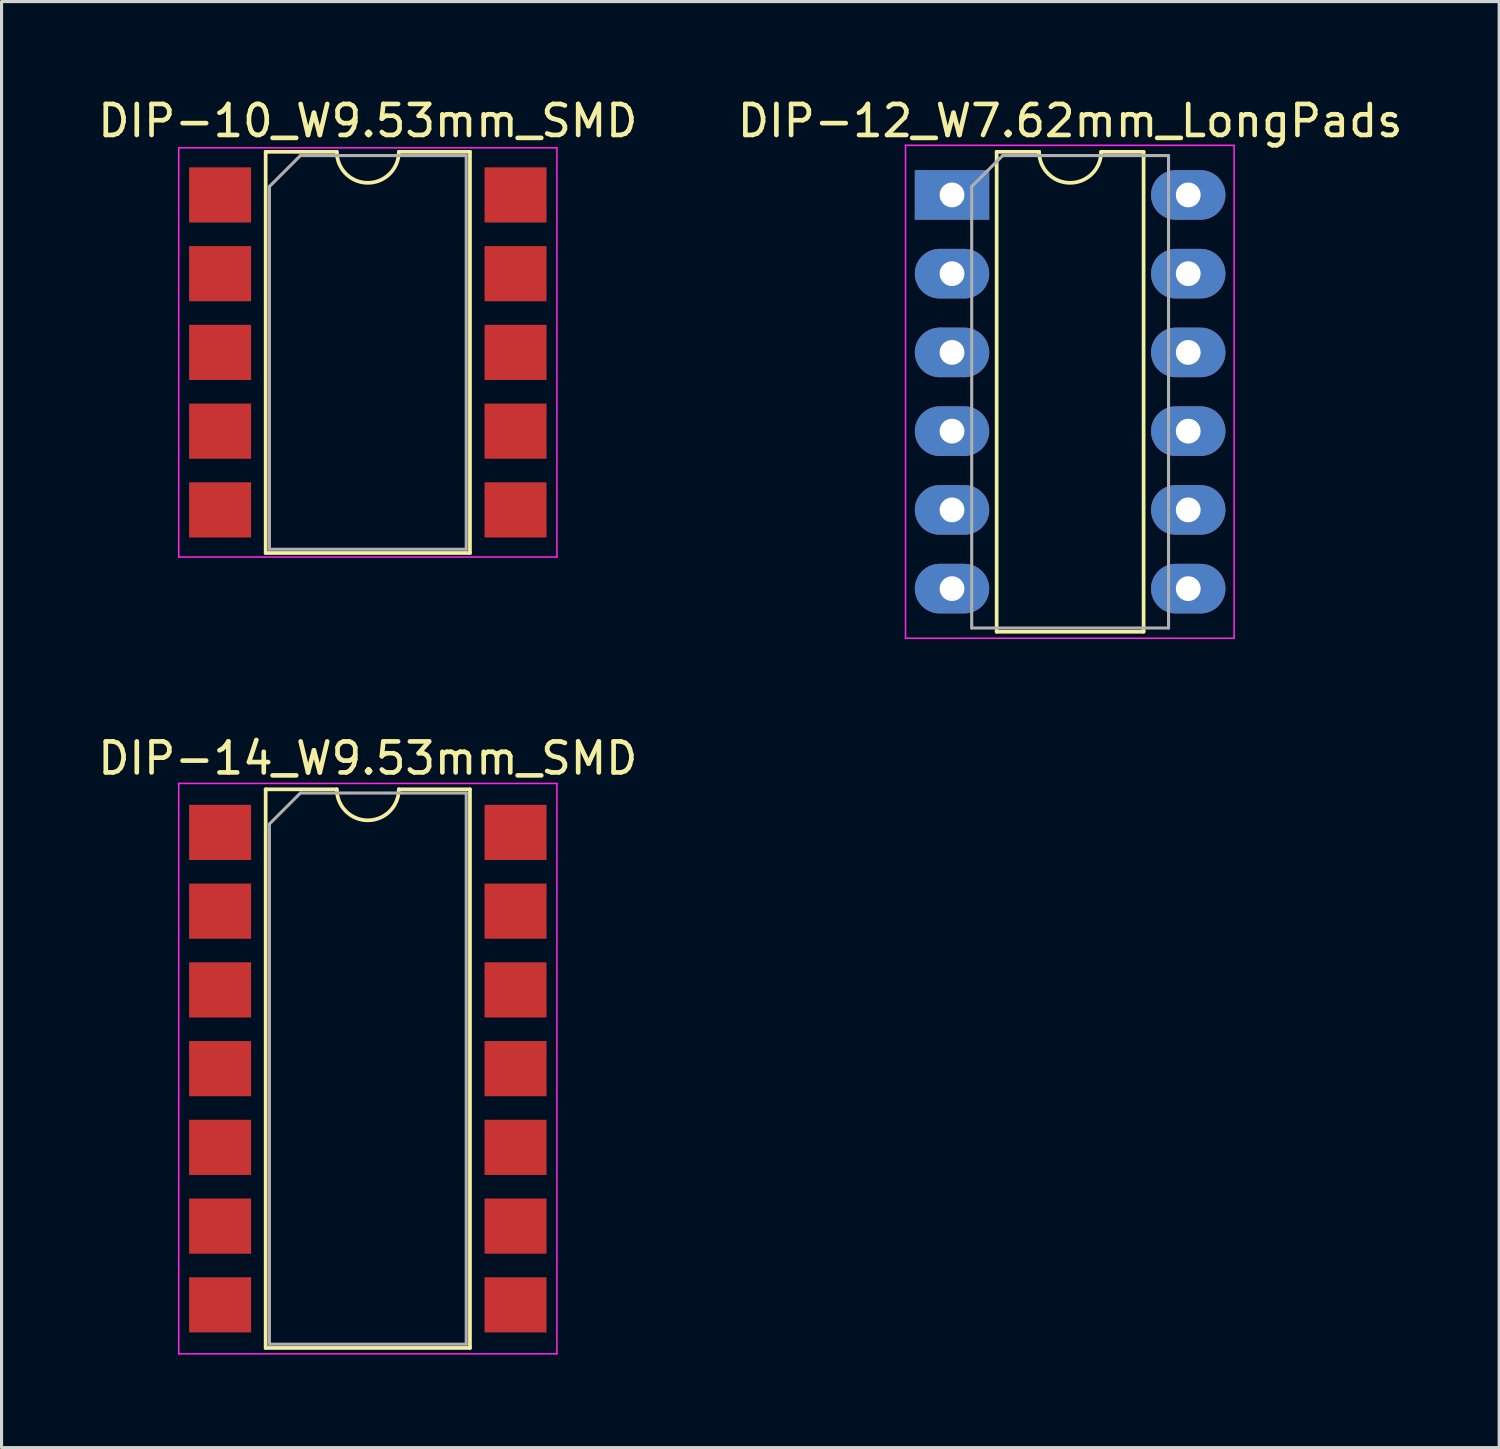
<source format=kicad_pcb>
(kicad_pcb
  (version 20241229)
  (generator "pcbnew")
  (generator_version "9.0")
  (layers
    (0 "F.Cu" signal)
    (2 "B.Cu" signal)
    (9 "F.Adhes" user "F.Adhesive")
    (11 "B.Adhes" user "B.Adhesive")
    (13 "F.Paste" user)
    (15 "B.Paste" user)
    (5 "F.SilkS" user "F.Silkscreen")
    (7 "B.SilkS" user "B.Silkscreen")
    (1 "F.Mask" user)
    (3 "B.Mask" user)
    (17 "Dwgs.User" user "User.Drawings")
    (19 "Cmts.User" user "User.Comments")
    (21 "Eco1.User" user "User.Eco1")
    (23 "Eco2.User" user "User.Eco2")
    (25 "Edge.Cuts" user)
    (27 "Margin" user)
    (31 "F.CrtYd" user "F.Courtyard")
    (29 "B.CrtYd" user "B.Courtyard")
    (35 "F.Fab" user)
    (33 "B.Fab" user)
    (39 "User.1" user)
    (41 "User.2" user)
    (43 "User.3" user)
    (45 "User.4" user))
  (footprint "DIP-14_W9.53mm_SMD"
    (layer "F.Cu")
    (at 8.815 31.422)
    (property "Reference" "DIP-14_W9.53mm_SMD" (at 0 -10.01 0) (layer "F.SilkS") (effects (font (size 1 1) (thickness 0.15))))
    (attr smd)
    (fp_line (start -3.295 -9.01) (end -3.295 9.01) (stroke (width 0.12) (type solid)) (layer "F.SilkS"))
    (fp_line (start -3.295 9.01) (end 3.295 9.01) (stroke (width 0.12) (type solid)) (layer "F.SilkS"))
    (fp_line (start -1 -9.01) (end -3.295 -9.01) (stroke (width 0.12) (type solid)) (layer "F.SilkS"))
    (fp_line (start 3.295 -9.01) (end 1 -9.01) (stroke (width 0.12) (type solid)) (layer "F.SilkS"))
    (fp_line (start 3.295 9.01) (end 3.295 -9.01) (stroke (width 0.12) (type solid)) (layer "F.SilkS"))
    (fp_arc (start 1 -9.01) (mid 0 -8.01) (end -1 -9.01) (stroke (width 0.12) (type solid)) (layer "F.SilkS"))
    (fp_line (start -6.1 -9.2) (end -6.1 9.2) (stroke (width 0.05) (type solid)) (layer "F.CrtYd"))
    (fp_line (start -6.1 9.2) (end 6.1 9.2) (stroke (width 0.05) (type solid)) (layer "F.CrtYd"))
    (fp_line (start 6.1 -9.2) (end -6.1 -9.2) (stroke (width 0.05) (type solid)) (layer "F.CrtYd"))
    (fp_line (start 6.1 9.2) (end 6.1 -9.2) (stroke (width 0.05) (type solid)) (layer "F.CrtYd"))
    (fp_line (start -3.175 -7.89) (end -2.175 -8.89) (stroke (width 0.1) (type solid)) (layer "F.Fab"))
    (fp_line (start -3.175 8.89) (end -3.175 -7.89) (stroke (width 0.1) (type solid)) (layer "F.Fab"))
    (fp_line (start -2.175 -8.89) (end 3.175 -8.89) (stroke (width 0.1) (type solid)) (layer "F.Fab"))
    (fp_line (start 3.175 -8.89) (end 3.175 8.89) (stroke (width 0.1) (type solid)) (layer "F.Fab"))
    (fp_line (start 3.175 8.89) (end -3.175 8.89) (stroke (width 0.1) (type solid)) (layer "F.Fab"))
    (pad "1" smd rect (at -4.765 -7.62) (size 2 1.78) (layers "F.Cu" "F.Mask"))
    (pad "2" smd rect (at -4.765 -5.08) (size 2 1.78) (layers "F.Cu" "F.Mask"))
    (pad "3" smd rect (at -4.765 -2.54) (size 2 1.78) (layers "F.Cu" "F.Mask"))
    (pad "4" smd rect (at -4.765 0) (size 2 1.78) (layers "F.Cu" "F.Mask"))
    (pad "5" smd rect (at -4.765 2.54) (size 2 1.78) (layers "F.Cu" "F.Mask"))
    (pad "6" smd rect (at -4.765 5.08) (size 2 1.78) (layers "F.Cu" "F.Mask"))
    (pad "7" smd rect (at -4.765 7.62) (size 2 1.78) (layers "F.Cu" "F.Mask"))
    (pad "8" smd rect (at 4.765 7.62) (size 2 1.78) (layers "F.Cu" "F.Mask"))
    (pad "9" smd rect (at 4.765 5.08) (size 2 1.78) (layers "F.Cu" "F.Mask"))
    (pad "10" smd rect (at 4.765 2.54) (size 2 1.78) (layers "F.Cu" "F.Mask"))
    (pad "11" smd rect (at 4.765 0) (size 2 1.78) (layers "F.Cu" "F.Mask"))
    (pad "12" smd rect (at 4.765 -2.54) (size 2 1.78) (layers "F.Cu" "F.Mask"))
    (pad "13" smd rect (at 4.765 -5.08) (size 2 1.78) (layers "F.Cu" "F.Mask"))
    (pad "14" smd rect (at 4.765 -7.62) (size 2 1.78) (layers "F.Cu" "F.Mask")))
  (footprint "DIP-10_W9.53mm_SMD"
    (layer "F.Cu")
    (at 8.815 8.318)
    (property "Reference" "DIP-10_W9.53mm_SMD" (at 0 -7.47 0) (layer "F.SilkS") (effects (font (size 1 1) (thickness 0.15))))
    (attr smd)
    (fp_line (start -3.295 -6.47) (end -3.295 6.47) (stroke (width 0.12) (type solid)) (layer "F.SilkS"))
    (fp_line (start -3.295 6.47) (end 3.295 6.47) (stroke (width 0.12) (type solid)) (layer "F.SilkS"))
    (fp_line (start -1 -6.47) (end -3.295 -6.47) (stroke (width 0.12) (type solid)) (layer "F.SilkS"))
    (fp_line (start 3.295 -6.47) (end 1 -6.47) (stroke (width 0.12) (type solid)) (layer "F.SilkS"))
    (fp_line (start 3.295 6.47) (end 3.295 -6.47) (stroke (width 0.12) (type solid)) (layer "F.SilkS"))
    (fp_arc (start 1 -6.47) (mid 0 -5.47) (end -1 -6.47) (stroke (width 0.12) (type solid)) (layer "F.SilkS"))
    (fp_line (start -6.1 -6.6) (end -6.1 6.6) (stroke (width 0.05) (type solid)) (layer "F.CrtYd"))
    (fp_line (start -6.1 6.6) (end 6.1 6.6) (stroke (width 0.05) (type solid)) (layer "F.CrtYd"))
    (fp_line (start 6.1 -6.6) (end -6.1 -6.6) (stroke (width 0.05) (type solid)) (layer "F.CrtYd"))
    (fp_line (start 6.1 6.6) (end 6.1 -6.6) (stroke (width 0.05) (type solid)) (layer "F.CrtYd"))
    (fp_line (start -3.175 -5.35) (end -2.175 -6.35) (stroke (width 0.1) (type solid)) (layer "F.Fab"))
    (fp_line (start -3.175 6.35) (end -3.175 -5.35) (stroke (width 0.1) (type solid)) (layer "F.Fab"))
    (fp_line (start -2.175 -6.35) (end 3.175 -6.35) (stroke (width 0.1) (type solid)) (layer "F.Fab"))
    (fp_line (start 3.175 -6.35) (end 3.175 6.35) (stroke (width 0.1) (type solid)) (layer "F.Fab"))
    (fp_line (start 3.175 6.35) (end -3.175 6.35) (stroke (width 0.1) (type solid)) (layer "F.Fab"))
    (pad "1" smd rect (at -4.765 -5.08) (size 2 1.78) (layers "F.Cu" "F.Mask"))
    (pad "2" smd rect (at -4.765 -2.54) (size 2 1.78) (layers "F.Cu" "F.Mask"))
    (pad "3" smd rect (at -4.765 0) (size 2 1.78) (layers "F.Cu" "F.Mask"))
    (pad "4" smd rect (at -4.765 2.54) (size 2 1.78) (layers "F.Cu" "F.Mask"))
    (pad "5" smd rect (at -4.765 5.08) (size 2 1.78) (layers "F.Cu" "F.Mask"))
    (pad "6" smd rect (at 4.765 5.08) (size 2 1.78) (layers "F.Cu" "F.Mask"))
    (pad "7" smd rect (at 4.765 2.54) (size 2 1.78) (layers "F.Cu" "F.Mask"))
    (pad "8" smd rect (at 4.765 0) (size 2 1.78) (layers "F.Cu" "F.Mask"))
    (pad "9" smd rect (at 4.765 -2.54) (size 2 1.78) (layers "F.Cu" "F.Mask"))
    (pad "10" smd rect (at 4.765 -5.08) (size 2 1.78) (layers "F.Cu" "F.Mask")))
  (footprint "DIP-12_W7.62mm_LongPads"
    (layer "F.Cu")
    (at 27.66 3.238)
    (property "Reference" "DIP-12_W7.62mm_LongPads" (at 3.81 -2.39 0) (layer "F.SilkS") (effects (font (size 1 1) (thickness 0.15))))
    (attr through_hole)
    (fp_line (start 1.44 -1.39) (end 1.44 14.09) (stroke (width 0.12) (type solid)) (layer "F.SilkS"))
    (fp_line (start 1.44 14.09) (end 6.18 14.09) (stroke (width 0.12) (type solid)) (layer "F.SilkS"))
    (fp_line (start 2.81 -1.39) (end 1.44 -1.39) (stroke (width 0.12) (type solid)) (layer "F.SilkS"))
    (fp_line (start 6.18 -1.39) (end 4.81 -1.39) (stroke (width 0.12) (type solid)) (layer "F.SilkS"))
    (fp_line (start 6.18 14.09) (end 6.18 -1.39) (stroke (width 0.12) (type solid)) (layer "F.SilkS"))
    (fp_arc (start 4.81 -1.39) (mid 3.81 -0.39) (end 2.81 -1.39) (stroke (width 0.12) (type solid)) (layer "F.SilkS"))
    (fp_line (start -1.5 -1.6) (end -1.5 14.3) (stroke (width 0.05) (type solid)) (layer "F.CrtYd"))
    (fp_line (start -1.5 14.3) (end 9.1 14.3) (stroke (width 0.05) (type solid)) (layer "F.CrtYd"))
    (fp_line (start 9.1 -1.6) (end -1.5 -1.6) (stroke (width 0.05) (type solid)) (layer "F.CrtYd"))
    (fp_line (start 9.1 14.3) (end 9.1 -1.6) (stroke (width 0.05) (type solid)) (layer "F.CrtYd"))
    (fp_line (start 0.635 -0.27) (end 1.635 -1.27) (stroke (width 0.1) (type solid)) (layer "F.Fab"))
    (fp_line (start 0.635 13.97) (end 0.635 -0.27) (stroke (width 0.1) (type solid)) (layer "F.Fab"))
    (fp_line (start 1.635 -1.27) (end 6.985 -1.27) (stroke (width 0.1) (type solid)) (layer "F.Fab"))
    (fp_line (start 6.985 -1.27) (end 6.985 13.97) (stroke (width 0.1) (type solid)) (layer "F.Fab"))
    (fp_line (start 6.985 13.97) (end 0.635 13.97) (stroke (width 0.1) (type solid)) (layer "F.Fab"))
    (pad "1" thru_hole rect (at 0 0) (size 2.4 1.6) (drill 0.8) (layers "*.Cu" "*.Mask"))
    (pad "2" thru_hole oval (at 0 2.54) (size 2.4 1.6) (drill 0.8) (layers "*.Cu" "*.Mask"))
    (pad "3" thru_hole oval (at 0 5.08) (size 2.4 1.6) (drill 0.8) (layers "*.Cu" "*.Mask"))
    (pad "4" thru_hole oval (at 0 7.62) (size 2.4 1.6) (drill 0.8) (layers "*.Cu" "*.Mask"))
    (pad "5" thru_hole oval (at 0 10.16) (size 2.4 1.6) (drill 0.8) (layers "*.Cu" "*.Mask"))
    (pad "6" thru_hole oval (at 0 12.7) (size 2.4 1.6) (drill 0.8) (layers "*.Cu" "*.Mask"))
    (pad "7" thru_hole oval (at 7.62 12.7) (size 2.4 1.6) (drill 0.8) (layers "*.Cu" "*.Mask"))
    (pad "8" thru_hole oval (at 7.62 10.16) (size 2.4 1.6) (drill 0.8) (layers "*.Cu" "*.Mask"))
    (pad "9" thru_hole oval (at 7.62 7.62) (size 2.4 1.6) (drill 0.8) (layers "*.Cu" "*.Mask"))
    (pad "10" thru_hole oval (at 7.62 5.08) (size 2.4 1.6) (drill 0.8) (layers "*.Cu" "*.Mask"))
    (pad "11" thru_hole oval (at 7.62 2.54) (size 2.4 1.6) (drill 0.8) (layers "*.Cu" "*.Mask"))
    (pad "12" thru_hole oval (at 7.62 0) (size 2.4 1.6) (drill 0.8) (layers "*.Cu" "*.Mask")))
  (gr_rect
    (start -3 -3)
    (end 45.31 43.647)
    (stroke (width 0.1) (type default))
    (fill no)
    (layer "Edge.Cuts")))
</source>
